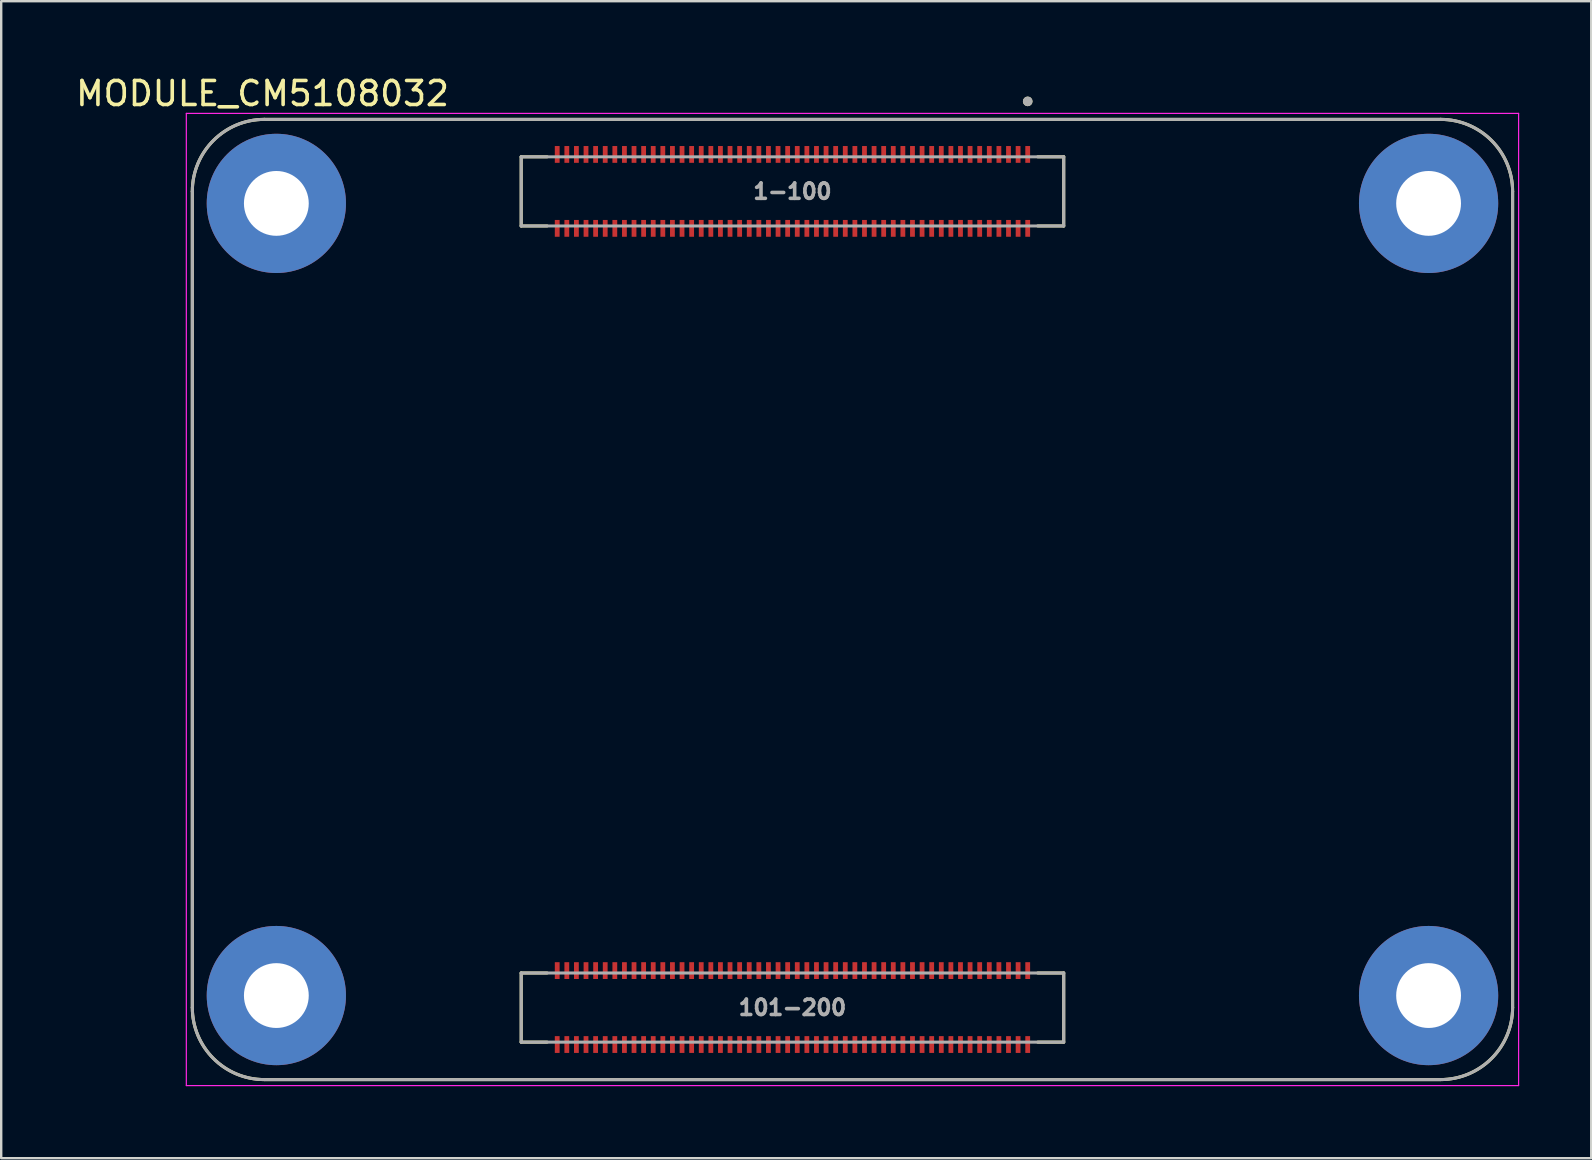
<source format=kicad_pcb>
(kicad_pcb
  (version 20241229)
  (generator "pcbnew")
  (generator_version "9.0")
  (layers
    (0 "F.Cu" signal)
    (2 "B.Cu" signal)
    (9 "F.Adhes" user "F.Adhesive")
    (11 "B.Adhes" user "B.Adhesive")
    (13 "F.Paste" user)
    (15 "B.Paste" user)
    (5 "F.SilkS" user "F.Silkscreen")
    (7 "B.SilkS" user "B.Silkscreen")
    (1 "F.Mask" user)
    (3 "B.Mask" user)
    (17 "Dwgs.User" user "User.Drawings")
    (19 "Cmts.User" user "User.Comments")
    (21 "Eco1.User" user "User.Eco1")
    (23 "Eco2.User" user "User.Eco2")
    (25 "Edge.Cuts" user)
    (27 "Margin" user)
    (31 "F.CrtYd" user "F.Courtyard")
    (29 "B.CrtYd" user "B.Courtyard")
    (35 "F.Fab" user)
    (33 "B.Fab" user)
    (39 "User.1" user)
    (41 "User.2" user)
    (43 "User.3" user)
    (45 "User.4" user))
  (footprint "MODULE_CM5108032"
    (layer "F.Cu")
    (at 32.462 21.923)
    (property "Reference" "MODULE_CM5108032" (at -24.575 -21.075 0) (layer "F.SilkS") (effects (font (size 1 1) (thickness 0.15))))
    (attr smd)
    (fp_line (start -27.5 -17) (end -27.5 17) (stroke (width 0.127) (type solid)) (layer "F.SilkS"))
    (fp_line (start -24.5 20) (end 24.5 20) (stroke (width 0.127) (type solid)) (layer "F.SilkS"))
    (fp_line (start -13.8 -18.44) (end -13.8 -15.56) (stroke (width 0.127) (type solid)) (layer "F.SilkS"))
    (fp_line (start -13.8 -15.56) (end -12.72 -15.56) (stroke (width 0.127) (type solid)) (layer "F.SilkS"))
    (fp_line (start -13.8 15.56) (end -13.8 18.44) (stroke (width 0.127) (type solid)) (layer "F.SilkS"))
    (fp_line (start -13.8 18.44) (end -12.72 18.44) (stroke (width 0.127) (type solid)) (layer "F.SilkS"))
    (fp_line (start -12.72 -18.44) (end -13.8 -18.44) (stroke (width 0.127) (type solid)) (layer "F.SilkS"))
    (fp_line (start -12.72 15.56) (end -13.8 15.56) (stroke (width 0.127) (type solid)) (layer "F.SilkS"))
    (fp_line (start 7.72 -18.44) (end 8.8 -18.44) (stroke (width 0.127) (type solid)) (layer "F.SilkS"))
    (fp_line (start 7.72 15.56) (end 8.8 15.56) (stroke (width 0.127) (type solid)) (layer "F.SilkS"))
    (fp_line (start 8.8 -18.44) (end 8.8 -15.56) (stroke (width 0.127) (type solid)) (layer "F.SilkS"))
    (fp_line (start 8.8 -15.56) (end 7.72 -15.56) (stroke (width 0.127) (type solid)) (layer "F.SilkS"))
    (fp_line (start 8.8 15.56) (end 8.8 18.44) (stroke (width 0.127) (type solid)) (layer "F.SilkS"))
    (fp_line (start 8.8 18.44) (end 7.72 18.44) (stroke (width 0.127) (type solid)) (layer "F.SilkS"))
    (fp_line (start 24.5 -20) (end -24.5 -20) (stroke (width 0.127) (type solid)) (layer "F.SilkS"))
    (fp_line (start 27.5 17) (end 27.5 -17) (stroke (width 0.127) (type solid)) (layer "F.SilkS"))
    (fp_arc (start -27.5 -17) (mid -26.62132 -19.12132) (end -24.5 -20) (stroke (width 0.127) (type solid)) (layer "F.SilkS"))
    (fp_arc (start -24.5 20) (mid -26.62132 19.12132) (end -27.5 17) (stroke (width 0.127) (type solid)) (layer "F.SilkS"))
    (fp_arc (start 24.5 -20) (mid 26.62132 -19.12132) (end 27.5 -17) (stroke (width 0.127) (type solid)) (layer "F.SilkS"))
    (fp_arc (start 27.5 17) (mid 26.62132 19.12132) (end 24.5 20) (stroke (width 0.127) (type solid)) (layer "F.SilkS"))
    (fp_circle (center 7.3 -20.75) (end 7.4 -20.75) (stroke (width 0.2) (type solid)) (fill no) (layer "F.SilkS"))
    (fp_line (start -27.75 -20.25) (end -27.75 20.25) (stroke (width 0.05) (type solid)) (layer "F.CrtYd"))
    (fp_line (start -27.75 20.25) (end 27.75 20.25) (stroke (width 0.05) (type solid)) (layer "F.CrtYd"))
    (fp_line (start 27.75 -20.25) (end -27.75 -20.25) (stroke (width 0.05) (type solid)) (layer "F.CrtYd"))
    (fp_line (start 27.75 20.25) (end 27.75 -20.25) (stroke (width 0.05) (type solid)) (layer "F.CrtYd"))
    (fp_line (start -27.5 -17) (end -27.5 17) (stroke (width 0.127) (type solid)) (layer "F.Fab"))
    (fp_line (start -24.5 20) (end 24.5 20) (stroke (width 0.127) (type solid)) (layer "F.Fab"))
    (fp_line (start -13.8 -18.44) (end 8.8 -18.44) (stroke (width 0.127) (type solid)) (layer "F.Fab"))
    (fp_line (start -13.8 -15.56) (end -13.8 -18.44) (stroke (width 0.127) (type solid)) (layer "F.Fab"))
    (fp_line (start -13.8 15.56) (end 8.8 15.56) (stroke (width 0.127) (type solid)) (layer "F.Fab"))
    (fp_line (start -13.8 18.44) (end -13.8 15.56) (stroke (width 0.127) (type solid)) (layer "F.Fab"))
    (fp_line (start 8.8 -18.44) (end 8.8 -15.56) (stroke (width 0.127) (type solid)) (layer "F.Fab"))
    (fp_line (start 8.8 -15.56) (end -13.8 -15.56) (stroke (width 0.127) (type solid)) (layer "F.Fab"))
    (fp_line (start 8.8 15.56) (end 8.8 18.44) (stroke (width 0.127) (type solid)) (layer "F.Fab"))
    (fp_line (start 8.8 18.44) (end -13.8 18.44) (stroke (width 0.127) (type solid)) (layer "F.Fab"))
    (fp_line (start 24.5 -20) (end -24.5 -20) (stroke (width 0.127) (type solid)) (layer "F.Fab"))
    (fp_line (start 27.5 17) (end 27.5 -17) (stroke (width 0.127) (type solid)) (layer "F.Fab"))
    (fp_arc (start -27.5 -17) (mid -26.62132 -19.12132) (end -24.5 -20) (stroke (width 0.127) (type solid)) (layer "F.Fab"))
    (fp_arc (start -24.5 20) (mid -26.62132 19.12132) (end -27.5 17) (stroke (width 0.127) (type solid)) (layer "F.Fab"))
    (fp_arc (start 24.5 -20) (mid 26.62132 -19.12132) (end 27.5 -17) (stroke (width 0.127) (type solid)) (layer "F.Fab"))
    (fp_arc (start 27.5 17) (mid 26.62132 19.12132) (end 24.5 20) (stroke (width 0.127) (type solid)) (layer "F.Fab"))
    (fp_circle (center 7.3 -20.75) (end 7.4 -20.75) (stroke (width 0.2) (type solid)) (fill no) (layer "F.Fab"))
    (fp_text user "101-200" (at -2.5 17 0) (layer "F.Fab") (effects (font (size 0.64 0.64) (thickness 0.15))))
    (fp_text user "1-100" (at -2.5 -17 0) (layer "F.Fab") (effects (font (size 0.64 0.64) (thickness 0.15))))
    (pad "1" smd rect (at 7.3 -18.54) (size 0.2 0.7) (layers "F.Cu" "F.Mask" "F.Paste"))
    (pad "2" smd rect (at 7.3 -15.46) (size 0.2 0.7) (layers "F.Cu" "F.Mask" "F.Paste"))
    (pad "3" smd rect (at 6.9 -18.54) (size 0.2 0.7) (layers "F.Cu" "F.Mask" "F.Paste"))
    (pad "4" smd rect (at 6.9 -15.46) (size 0.2 0.7) (layers "F.Cu" "F.Mask" "F.Paste"))
    (pad "5" smd rect (at 6.5 -18.54) (size 0.2 0.7) (layers "F.Cu" "F.Mask" "F.Paste"))
    (pad "6" smd rect (at 6.5 -15.46) (size 0.2 0.7) (layers "F.Cu" "F.Mask" "F.Paste"))
    (pad "7" smd rect (at 6.1 -18.54) (size 0.2 0.7) (layers "F.Cu" "F.Mask" "F.Paste"))
    (pad "8" smd rect (at 6.1 -15.46) (size 0.2 0.7) (layers "F.Cu" "F.Mask" "F.Paste"))
    (pad "9" smd rect (at 5.7 -18.54) (size 0.2 0.7) (layers "F.Cu" "F.Mask" "F.Paste"))
    (pad "10" smd rect (at 5.7 -15.46) (size 0.2 0.7) (layers "F.Cu" "F.Mask" "F.Paste"))
    (pad "11" smd rect (at 5.3 -18.54) (size 0.2 0.7) (layers "F.Cu" "F.Mask" "F.Paste"))
    (pad "12" smd rect (at 5.3 -15.46) (size 0.2 0.7) (layers "F.Cu" "F.Mask" "F.Paste"))
    (pad "13" smd rect (at 4.9 -18.54) (size 0.2 0.7) (layers "F.Cu" "F.Mask" "F.Paste"))
    (pad "14" smd rect (at 4.9 -15.46) (size 0.2 0.7) (layers "F.Cu" "F.Mask" "F.Paste"))
    (pad "15" smd rect (at 4.5 -18.54) (size 0.2 0.7) (layers "F.Cu" "F.Mask" "F.Paste"))
    (pad "16" smd rect (at 4.5 -15.46) (size 0.2 0.7) (layers "F.Cu" "F.Mask" "F.Paste"))
    (pad "17" smd rect (at 4.1 -18.54) (size 0.2 0.7) (layers "F.Cu" "F.Mask" "F.Paste"))
    (pad "18" smd rect (at 4.1 -15.46) (size 0.2 0.7) (layers "F.Cu" "F.Mask" "F.Paste"))
    (pad "19" smd rect (at 3.7 -18.54) (size 0.2 0.7) (layers "F.Cu" "F.Mask" "F.Paste"))
    (pad "20" smd rect (at 3.7 -15.46) (size 0.2 0.7) (layers "F.Cu" "F.Mask" "F.Paste"))
    (pad "21" smd rect (at 3.3 -18.54) (size 0.2 0.7) (layers "F.Cu" "F.Mask" "F.Paste"))
    (pad "22" smd rect (at 3.3 -15.46) (size 0.2 0.7) (layers "F.Cu" "F.Mask" "F.Paste"))
    (pad "23" smd rect (at 2.9 -18.54) (size 0.2 0.7) (layers "F.Cu" "F.Mask" "F.Paste"))
    (pad "24" smd rect (at 2.9 -15.46) (size 0.2 0.7) (layers "F.Cu" "F.Mask" "F.Paste"))
    (pad "25" smd rect (at 2.5 -18.54) (size 0.2 0.7) (layers "F.Cu" "F.Mask" "F.Paste"))
    (pad "26" smd rect (at 2.5 -15.46) (size 0.2 0.7) (layers "F.Cu" "F.Mask" "F.Paste"))
    (pad "27" smd rect (at 2.1 -18.54) (size 0.2 0.7) (layers "F.Cu" "F.Mask" "F.Paste"))
    (pad "28" smd rect (at 2.1 -15.46) (size 0.2 0.7) (layers "F.Cu" "F.Mask" "F.Paste"))
    (pad "29" smd rect (at 1.7 -18.54) (size 0.2 0.7) (layers "F.Cu" "F.Mask" "F.Paste"))
    (pad "30" smd rect (at 1.7 -15.46) (size 0.2 0.7) (layers "F.Cu" "F.Mask" "F.Paste"))
    (pad "31" smd rect (at 1.3 -18.54) (size 0.2 0.7) (layers "F.Cu" "F.Mask" "F.Paste"))
    (pad "32" smd rect (at 1.3 -15.46) (size 0.2 0.7) (layers "F.Cu" "F.Mask" "F.Paste"))
    (pad "33" smd rect (at 0.9 -18.54) (size 0.2 0.7) (layers "F.Cu" "F.Mask" "F.Paste"))
    (pad "34" smd rect (at 0.9 -15.46) (size 0.2 0.7) (layers "F.Cu" "F.Mask" "F.Paste"))
    (pad "35" smd rect (at 0.5 -18.54) (size 0.2 0.7) (layers "F.Cu" "F.Mask" "F.Paste"))
    (pad "36" smd rect (at 0.5 -15.46) (size 0.2 0.7) (layers "F.Cu" "F.Mask" "F.Paste"))
    (pad "37" smd rect (at 0.1 -18.54) (size 0.2 0.7) (layers "F.Cu" "F.Mask" "F.Paste"))
    (pad "38" smd rect (at 0.1 -15.46) (size 0.2 0.7) (layers "F.Cu" "F.Mask" "F.Paste"))
    (pad "39" smd rect (at -0.3 -18.54) (size 0.2 0.7) (layers "F.Cu" "F.Mask" "F.Paste"))
    (pad "40" smd rect (at -0.3 -15.46) (size 0.2 0.7) (layers "F.Cu" "F.Mask" "F.Paste"))
    (pad "41" smd rect (at -0.7 -18.54) (size 0.2 0.7) (layers "F.Cu" "F.Mask" "F.Paste"))
    (pad "42" smd rect (at -0.7 -15.46) (size 0.2 0.7) (layers "F.Cu" "F.Mask" "F.Paste"))
    (pad "43" smd rect (at -1.1 -18.54) (size 0.2 0.7) (layers "F.Cu" "F.Mask" "F.Paste"))
    (pad "44" smd rect (at -1.1 -15.46) (size 0.2 0.7) (layers "F.Cu" "F.Mask" "F.Paste"))
    (pad "45" smd rect (at -1.5 -18.54) (size 0.2 0.7) (layers "F.Cu" "F.Mask" "F.Paste"))
    (pad "46" smd rect (at -1.5 -15.46) (size 0.2 0.7) (layers "F.Cu" "F.Mask" "F.Paste"))
    (pad "47" smd rect (at -1.9 -18.54) (size 0.2 0.7) (layers "F.Cu" "F.Mask" "F.Paste"))
    (pad "48" smd rect (at -1.9 -15.46) (size 0.2 0.7) (layers "F.Cu" "F.Mask" "F.Paste"))
    (pad "49" smd rect (at -2.3 -18.54) (size 0.2 0.7) (layers "F.Cu" "F.Mask" "F.Paste"))
    (pad "50" smd rect (at -2.3 -15.46) (size 0.2 0.7) (layers "F.Cu" "F.Mask" "F.Paste"))
    (pad "51" smd rect (at -2.7 -18.54) (size 0.2 0.7) (layers "F.Cu" "F.Mask" "F.Paste"))
    (pad "52" smd rect (at -2.7 -15.46) (size 0.2 0.7) (layers "F.Cu" "F.Mask" "F.Paste"))
    (pad "53" smd rect (at -3.1 -18.54) (size 0.2 0.7) (layers "F.Cu" "F.Mask" "F.Paste"))
    (pad "54" smd rect (at -3.1 -15.46) (size 0.2 0.7) (layers "F.Cu" "F.Mask" "F.Paste"))
    (pad "55" smd rect (at -3.5 -18.54) (size 0.2 0.7) (layers "F.Cu" "F.Mask" "F.Paste"))
    (pad "56" smd rect (at -3.5 -15.46) (size 0.2 0.7) (layers "F.Cu" "F.Mask" "F.Paste"))
    (pad "57" smd rect (at -3.9 -18.54) (size 0.2 0.7) (layers "F.Cu" "F.Mask" "F.Paste"))
    (pad "58" smd rect (at -3.9 -15.46) (size 0.2 0.7) (layers "F.Cu" "F.Mask" "F.Paste"))
    (pad "59" smd rect (at -4.3 -18.54) (size 0.2 0.7) (layers "F.Cu" "F.Mask" "F.Paste"))
    (pad "60" smd rect (at -4.3 -15.46) (size 0.2 0.7) (layers "F.Cu" "F.Mask" "F.Paste"))
    (pad "61" smd rect (at -4.7 -18.54) (size 0.2 0.7) (layers "F.Cu" "F.Mask" "F.Paste"))
    (pad "62" smd rect (at -4.7 -15.46) (size 0.2 0.7) (layers "F.Cu" "F.Mask" "F.Paste"))
    (pad "63" smd rect (at -5.1 -18.54) (size 0.2 0.7) (layers "F.Cu" "F.Mask" "F.Paste"))
    (pad "64" smd rect (at -5.1 -15.46) (size 0.2 0.7) (layers "F.Cu" "F.Mask" "F.Paste"))
    (pad "65" smd rect (at -5.5 -18.54) (size 0.2 0.7) (layers "F.Cu" "F.Mask" "F.Paste"))
    (pad "66" smd rect (at -5.5 -15.46) (size 0.2 0.7) (layers "F.Cu" "F.Mask" "F.Paste"))
    (pad "67" smd rect (at -5.9 -18.54) (size 0.2 0.7) (layers "F.Cu" "F.Mask" "F.Paste"))
    (pad "68" smd rect (at -5.9 -15.46) (size 0.2 0.7) (layers "F.Cu" "F.Mask" "F.Paste"))
    (pad "69" smd rect (at -6.3 -18.54) (size 0.2 0.7) (layers "F.Cu" "F.Mask" "F.Paste"))
    (pad "70" smd rect (at -6.3 -15.46) (size 0.2 0.7) (layers "F.Cu" "F.Mask" "F.Paste"))
    (pad "71" smd rect (at -6.7 -18.54) (size 0.2 0.7) (layers "F.Cu" "F.Mask" "F.Paste"))
    (pad "72" smd rect (at -6.7 -15.46) (size 0.2 0.7) (layers "F.Cu" "F.Mask" "F.Paste"))
    (pad "73" smd rect (at -7.1 -18.54) (size 0.2 0.7) (layers "F.Cu" "F.Mask" "F.Paste"))
    (pad "74" smd rect (at -7.1 -15.46) (size 0.2 0.7) (layers "F.Cu" "F.Mask" "F.Paste"))
    (pad "75" smd rect (at -7.5 -18.54) (size 0.2 0.7) (layers "F.Cu" "F.Mask" "F.Paste"))
    (pad "76" smd rect (at -7.5 -15.46) (size 0.2 0.7) (layers "F.Cu" "F.Mask" "F.Paste"))
    (pad "77" smd rect (at -7.9 -18.54) (size 0.2 0.7) (layers "F.Cu" "F.Mask" "F.Paste"))
    (pad "78" smd rect (at -7.9 -15.46) (size 0.2 0.7) (layers "F.Cu" "F.Mask" "F.Paste"))
    (pad "79" smd rect (at -8.3 -18.54) (size 0.2 0.7) (layers "F.Cu" "F.Mask" "F.Paste"))
    (pad "80" smd rect (at -8.3 -15.46) (size 0.2 0.7) (layers "F.Cu" "F.Mask" "F.Paste"))
    (pad "81" smd rect (at -8.7 -18.54) (size 0.2 0.7) (layers "F.Cu" "F.Mask" "F.Paste"))
    (pad "82" smd rect (at -8.7 -15.46) (size 0.2 0.7) (layers "F.Cu" "F.Mask" "F.Paste"))
    (pad "83" smd rect (at -9.1 -18.54) (size 0.2 0.7) (layers "F.Cu" "F.Mask" "F.Paste"))
    (pad "84" smd rect (at -9.1 -15.46) (size 0.2 0.7) (layers "F.Cu" "F.Mask" "F.Paste"))
    (pad "85" smd rect (at -9.5 -18.54) (size 0.2 0.7) (layers "F.Cu" "F.Mask" "F.Paste"))
    (pad "86" smd rect (at -9.5 -15.46) (size 0.2 0.7) (layers "F.Cu" "F.Mask" "F.Paste"))
    (pad "87" smd rect (at -9.9 -18.54) (size 0.2 0.7) (layers "F.Cu" "F.Mask" "F.Paste"))
    (pad "88" smd rect (at -9.9 -15.46) (size 0.2 0.7) (layers "F.Cu" "F.Mask" "F.Paste"))
    (pad "89" smd rect (at -10.3 -18.54) (size 0.2 0.7) (layers "F.Cu" "F.Mask" "F.Paste"))
    (pad "90" smd rect (at -10.3 -15.46) (size 0.2 0.7) (layers "F.Cu" "F.Mask" "F.Paste"))
    (pad "91" smd rect (at -10.7 -18.54) (size 0.2 0.7) (layers "F.Cu" "F.Mask" "F.Paste"))
    (pad "92" smd rect (at -10.7 -15.46) (size 0.2 0.7) (layers "F.Cu" "F.Mask" "F.Paste"))
    (pad "93" smd rect (at -11.1 -18.54) (size 0.2 0.7) (layers "F.Cu" "F.Mask" "F.Paste"))
    (pad "94" smd rect (at -11.1 -15.46) (size 0.2 0.7) (layers "F.Cu" "F.Mask" "F.Paste"))
    (pad "95" smd rect (at -11.5 -18.54) (size 0.2 0.7) (layers "F.Cu" "F.Mask" "F.Paste"))
    (pad "96" smd rect (at -11.5 -15.46) (size 0.2 0.7) (layers "F.Cu" "F.Mask" "F.Paste"))
    (pad "97" smd rect (at -11.9 -18.54) (size 0.2 0.7) (layers "F.Cu" "F.Mask" "F.Paste"))
    (pad "98" smd rect (at -11.9 -15.46) (size 0.2 0.7) (layers "F.Cu" "F.Mask" "F.Paste"))
    (pad "99" smd rect (at -12.3 -18.54) (size 0.2 0.7) (layers "F.Cu" "F.Mask" "F.Paste"))
    (pad "100" smd rect (at -12.3 -15.46) (size 0.2 0.7) (layers "F.Cu" "F.Mask" "F.Paste"))
    (pad "101" smd rect (at 7.3 15.46) (size 0.2 0.7) (layers "F.Cu" "F.Mask" "F.Paste"))
    (pad "102" smd rect (at 7.3 18.54) (size 0.2 0.7) (layers "F.Cu" "F.Mask" "F.Paste"))
    (pad "103" smd rect (at 6.9 15.46) (size 0.2 0.7) (layers "F.Cu" "F.Mask" "F.Paste"))
    (pad "104" smd rect (at 6.9 18.54) (size 0.2 0.7) (layers "F.Cu" "F.Mask" "F.Paste"))
    (pad "105" smd rect (at 6.5 15.46) (size 0.2 0.7) (layers "F.Cu" "F.Mask" "F.Paste"))
    (pad "106" smd rect (at 6.5 18.54) (size 0.2 0.7) (layers "F.Cu" "F.Mask" "F.Paste"))
    (pad "107" smd rect (at 6.1 15.46) (size 0.2 0.7) (layers "F.Cu" "F.Mask" "F.Paste"))
    (pad "108" smd rect (at 6.1 18.54) (size 0.2 0.7) (layers "F.Cu" "F.Mask" "F.Paste"))
    (pad "109" smd rect (at 5.7 15.46) (size 0.2 0.7) (layers "F.Cu" "F.Mask" "F.Paste"))
    (pad "110" smd rect (at 5.7 18.54) (size 0.2 0.7) (layers "F.Cu" "F.Mask" "F.Paste"))
    (pad "111" smd rect (at 5.3 15.46) (size 0.2 0.7) (layers "F.Cu" "F.Mask" "F.Paste"))
    (pad "112" smd rect (at 5.3 18.54) (size 0.2 0.7) (layers "F.Cu" "F.Mask" "F.Paste"))
    (pad "113" smd rect (at 4.9 15.46) (size 0.2 0.7) (layers "F.Cu" "F.Mask" "F.Paste"))
    (pad "114" smd rect (at 4.9 18.54) (size 0.2 0.7) (layers "F.Cu" "F.Mask" "F.Paste"))
    (pad "115" smd rect (at 4.5 15.46) (size 0.2 0.7) (layers "F.Cu" "F.Mask" "F.Paste"))
    (pad "116" smd rect (at 4.5 18.54) (size 0.2 0.7) (layers "F.Cu" "F.Mask" "F.Paste"))
    (pad "117" smd rect (at 4.1 15.46) (size 0.2 0.7) (layers "F.Cu" "F.Mask" "F.Paste"))
    (pad "118" smd rect (at 4.1 18.54) (size 0.2 0.7) (layers "F.Cu" "F.Mask" "F.Paste"))
    (pad "119" smd rect (at 3.7 15.46) (size 0.2 0.7) (layers "F.Cu" "F.Mask" "F.Paste"))
    (pad "120" smd rect (at 3.7 18.54) (size 0.2 0.7) (layers "F.Cu" "F.Mask" "F.Paste"))
    (pad "121" smd rect (at 3.3 15.46) (size 0.2 0.7) (layers "F.Cu" "F.Mask" "F.Paste"))
    (pad "122" smd rect (at 3.3 18.54) (size 0.2 0.7) (layers "F.Cu" "F.Mask" "F.Paste"))
    (pad "123" smd rect (at 2.9 15.46) (size 0.2 0.7) (layers "F.Cu" "F.Mask" "F.Paste"))
    (pad "124" smd rect (at 2.9 18.54) (size 0.2 0.7) (layers "F.Cu" "F.Mask" "F.Paste"))
    (pad "125" smd rect (at 2.5 15.46) (size 0.2 0.7) (layers "F.Cu" "F.Mask" "F.Paste"))
    (pad "126" smd rect (at 2.5 18.54) (size 0.2 0.7) (layers "F.Cu" "F.Mask" "F.Paste"))
    (pad "127" smd rect (at 2.1 15.46) (size 0.2 0.7) (layers "F.Cu" "F.Mask" "F.Paste"))
    (pad "128" smd rect (at 2.1 18.54) (size 0.2 0.7) (layers "F.Cu" "F.Mask" "F.Paste"))
    (pad "129" smd rect (at 1.7 15.46) (size 0.2 0.7) (layers "F.Cu" "F.Mask" "F.Paste"))
    (pad "130" smd rect (at 1.7 18.54) (size 0.2 0.7) (layers "F.Cu" "F.Mask" "F.Paste"))
    (pad "131" smd rect (at 1.3 15.46) (size 0.2 0.7) (layers "F.Cu" "F.Mask" "F.Paste"))
    (pad "132" smd rect (at 1.3 18.54) (size 0.2 0.7) (layers "F.Cu" "F.Mask" "F.Paste"))
    (pad "133" smd rect (at 0.9 15.46) (size 0.2 0.7) (layers "F.Cu" "F.Mask" "F.Paste"))
    (pad "134" smd rect (at 0.9 18.54) (size 0.2 0.7) (layers "F.Cu" "F.Mask" "F.Paste"))
    (pad "135" smd rect (at 0.5 15.46) (size 0.2 0.7) (layers "F.Cu" "F.Mask" "F.Paste"))
    (pad "136" smd rect (at 0.5 18.54) (size 0.2 0.7) (layers "F.Cu" "F.Mask" "F.Paste"))
    (pad "137" smd rect (at 0.1 15.46) (size 0.2 0.7) (layers "F.Cu" "F.Mask" "F.Paste"))
    (pad "138" smd rect (at 0.1 18.54) (size 0.2 0.7) (layers "F.Cu" "F.Mask" "F.Paste"))
    (pad "139" smd rect (at -0.3 15.46) (size 0.2 0.7) (layers "F.Cu" "F.Mask" "F.Paste"))
    (pad "140" smd rect (at -0.3 18.54) (size 0.2 0.7) (layers "F.Cu" "F.Mask" "F.Paste"))
    (pad "141" smd rect (at -0.7 15.46) (size 0.2 0.7) (layers "F.Cu" "F.Mask" "F.Paste"))
    (pad "142" smd rect (at -0.7 18.54) (size 0.2 0.7) (layers "F.Cu" "F.Mask" "F.Paste"))
    (pad "143" smd rect (at -1.1 15.46) (size 0.2 0.7) (layers "F.Cu" "F.Mask" "F.Paste"))
    (pad "144" smd rect (at -1.1 18.54) (size 0.2 0.7) (layers "F.Cu" "F.Mask" "F.Paste"))
    (pad "145" smd rect (at -1.5 15.46) (size 0.2 0.7) (layers "F.Cu" "F.Mask" "F.Paste"))
    (pad "146" smd rect (at -1.5 18.54) (size 0.2 0.7) (layers "F.Cu" "F.Mask" "F.Paste"))
    (pad "147" smd rect (at -1.9 15.46) (size 0.2 0.7) (layers "F.Cu" "F.Mask" "F.Paste"))
    (pad "148" smd rect (at -1.9 18.54) (size 0.2 0.7) (layers "F.Cu" "F.Mask" "F.Paste"))
    (pad "149" smd rect (at -2.3 15.46) (size 0.2 0.7) (layers "F.Cu" "F.Mask" "F.Paste"))
    (pad "150" smd rect (at -2.3 18.54) (size 0.2 0.7) (layers "F.Cu" "F.Mask" "F.Paste"))
    (pad "151" smd rect (at -2.7 15.46) (size 0.2 0.7) (layers "F.Cu" "F.Mask" "F.Paste"))
    (pad "152" smd rect (at -2.7 18.54) (size 0.2 0.7) (layers "F.Cu" "F.Mask" "F.Paste"))
    (pad "153" smd rect (at -3.1 15.46) (size 0.2 0.7) (layers "F.Cu" "F.Mask" "F.Paste"))
    (pad "154" smd rect (at -3.1 18.54) (size 0.2 0.7) (layers "F.Cu" "F.Mask" "F.Paste"))
    (pad "155" smd rect (at -3.5 15.46) (size 0.2 0.7) (layers "F.Cu" "F.Mask" "F.Paste"))
    (pad "156" smd rect (at -3.5 18.54) (size 0.2 0.7) (layers "F.Cu" "F.Mask" "F.Paste"))
    (pad "157" smd rect (at -3.9 15.46) (size 0.2 0.7) (layers "F.Cu" "F.Mask" "F.Paste"))
    (pad "158" smd rect (at -3.9 18.54) (size 0.2 0.7) (layers "F.Cu" "F.Mask" "F.Paste"))
    (pad "159" smd rect (at -4.3 15.46) (size 0.2 0.7) (layers "F.Cu" "F.Mask" "F.Paste"))
    (pad "160" smd rect (at -4.3 18.54) (size 0.2 0.7) (layers "F.Cu" "F.Mask" "F.Paste"))
    (pad "161" smd rect (at -4.7 15.46) (size 0.2 0.7) (layers "F.Cu" "F.Mask" "F.Paste"))
    (pad "162" smd rect (at -4.7 18.54) (size 0.2 0.7) (layers "F.Cu" "F.Mask" "F.Paste"))
    (pad "163" smd rect (at -5.1 15.46) (size 0.2 0.7) (layers "F.Cu" "F.Mask" "F.Paste"))
    (pad "164" smd rect (at -5.1 18.54) (size 0.2 0.7) (layers "F.Cu" "F.Mask" "F.Paste"))
    (pad "165" smd rect (at -5.5 15.46) (size 0.2 0.7) (layers "F.Cu" "F.Mask" "F.Paste"))
    (pad "166" smd rect (at -5.5 18.54) (size 0.2 0.7) (layers "F.Cu" "F.Mask" "F.Paste"))
    (pad "167" smd rect (at -5.9 15.46) (size 0.2 0.7) (layers "F.Cu" "F.Mask" "F.Paste"))
    (pad "168" smd rect (at -5.9 18.54) (size 0.2 0.7) (layers "F.Cu" "F.Mask" "F.Paste"))
    (pad "169" smd rect (at -6.3 15.46) (size 0.2 0.7) (layers "F.Cu" "F.Mask" "F.Paste"))
    (pad "170" smd rect (at -6.3 18.54) (size 0.2 0.7) (layers "F.Cu" "F.Mask" "F.Paste"))
    (pad "171" smd rect (at -6.7 15.46) (size 0.2 0.7) (layers "F.Cu" "F.Mask" "F.Paste"))
    (pad "172" smd rect (at -6.7 18.54) (size 0.2 0.7) (layers "F.Cu" "F.Mask" "F.Paste"))
    (pad "173" smd rect (at -7.1 15.46) (size 0.2 0.7) (layers "F.Cu" "F.Mask" "F.Paste"))
    (pad "174" smd rect (at -7.1 18.54) (size 0.2 0.7) (layers "F.Cu" "F.Mask" "F.Paste"))
    (pad "175" smd rect (at -7.5 15.46) (size 0.2 0.7) (layers "F.Cu" "F.Mask" "F.Paste"))
    (pad "176" smd rect (at -7.5 18.54) (size 0.2 0.7) (layers "F.Cu" "F.Mask" "F.Paste"))
    (pad "177" smd rect (at -7.9 15.46) (size 0.2 0.7) (layers "F.Cu" "F.Mask" "F.Paste"))
    (pad "178" smd rect (at -7.9 18.54) (size 0.2 0.7) (layers "F.Cu" "F.Mask" "F.Paste"))
    (pad "179" smd rect (at -8.3 15.46) (size 0.2 0.7) (layers "F.Cu" "F.Mask" "F.Paste"))
    (pad "180" smd rect (at -8.3 18.54) (size 0.2 0.7) (layers "F.Cu" "F.Mask" "F.Paste"))
    (pad "181" smd rect (at -8.7 15.46) (size 0.2 0.7) (layers "F.Cu" "F.Mask" "F.Paste"))
    (pad "182" smd rect (at -8.7 18.54) (size 0.2 0.7) (layers "F.Cu" "F.Mask" "F.Paste"))
    (pad "183" smd rect (at -9.1 15.46) (size 0.2 0.7) (layers "F.Cu" "F.Mask" "F.Paste"))
    (pad "184" smd rect (at -9.1 18.54) (size 0.2 0.7) (layers "F.Cu" "F.Mask" "F.Paste"))
    (pad "185" smd rect (at -9.5 15.46) (size 0.2 0.7) (layers "F.Cu" "F.Mask" "F.Paste"))
    (pad "186" smd rect (at -9.5 18.54) (size 0.2 0.7) (layers "F.Cu" "F.Mask" "F.Paste"))
    (pad "187" smd rect (at -9.9 15.46) (size 0.2 0.7) (layers "F.Cu" "F.Mask" "F.Paste"))
    (pad "188" smd rect (at -9.9 18.54) (size 0.2 0.7) (layers "F.Cu" "F.Mask" "F.Paste"))
    (pad "189" smd rect (at -10.3 15.46) (size 0.2 0.7) (layers "F.Cu" "F.Mask" "F.Paste"))
    (pad "190" smd rect (at -10.3 18.54) (size 0.2 0.7) (layers "F.Cu" "F.Mask" "F.Paste"))
    (pad "191" smd rect (at -10.7 15.46) (size 0.2 0.7) (layers "F.Cu" "F.Mask" "F.Paste"))
    (pad "192" smd rect (at -10.7 18.54) (size 0.2 0.7) (layers "F.Cu" "F.Mask" "F.Paste"))
    (pad "193" smd rect (at -11.1 15.46) (size 0.2 0.7) (layers "F.Cu" "F.Mask" "F.Paste"))
    (pad "194" smd rect (at -11.1 18.54) (size 0.2 0.7) (layers "F.Cu" "F.Mask" "F.Paste"))
    (pad "195" smd rect (at -11.5 15.46) (size 0.2 0.7) (layers "F.Cu" "F.Mask" "F.Paste"))
    (pad "196" smd rect (at -11.5 18.54) (size 0.2 0.7) (layers "F.Cu" "F.Mask" "F.Paste"))
    (pad "197" smd rect (at -11.9 15.46) (size 0.2 0.7) (layers "F.Cu" "F.Mask" "F.Paste"))
    (pad "198" smd rect (at -11.9 18.54) (size 0.2 0.7) (layers "F.Cu" "F.Mask" "F.Paste"))
    (pad "199" smd rect (at -12.3 15.46) (size 0.2 0.7) (layers "F.Cu" "F.Mask" "F.Paste"))
    (pad "200" smd rect (at -12.3 18.54) (size 0.2 0.7) (layers "F.Cu" "F.Mask" "F.Paste"))
    (pad "SH1" thru_hole circle (at -24 -16.5) (size 5.8 5.8) (drill 2.7) (layers "*.Cu" "*.Mask"))
    (pad "SH2" thru_hole circle (at 24 -16.5) (size 5.8 5.8) (drill 2.7) (layers "*.Cu" "*.Mask"))
    (pad "SH3" thru_hole circle (at -24 16.5) (size 5.8 5.8) (drill 2.7) (layers "*.Cu" "*.Mask"))
    (pad "SH4" thru_hole circle (at 24 16.5) (size 5.8 5.8) (drill 2.7) (layers "*.Cu" "*.Mask")))
  (gr_rect
    (start -3 -3)
    (end 63.237 45.198)
    (stroke (width 0.1) (type default))
    (fill no)
    (layer "Edge.Cuts")))
</source>
